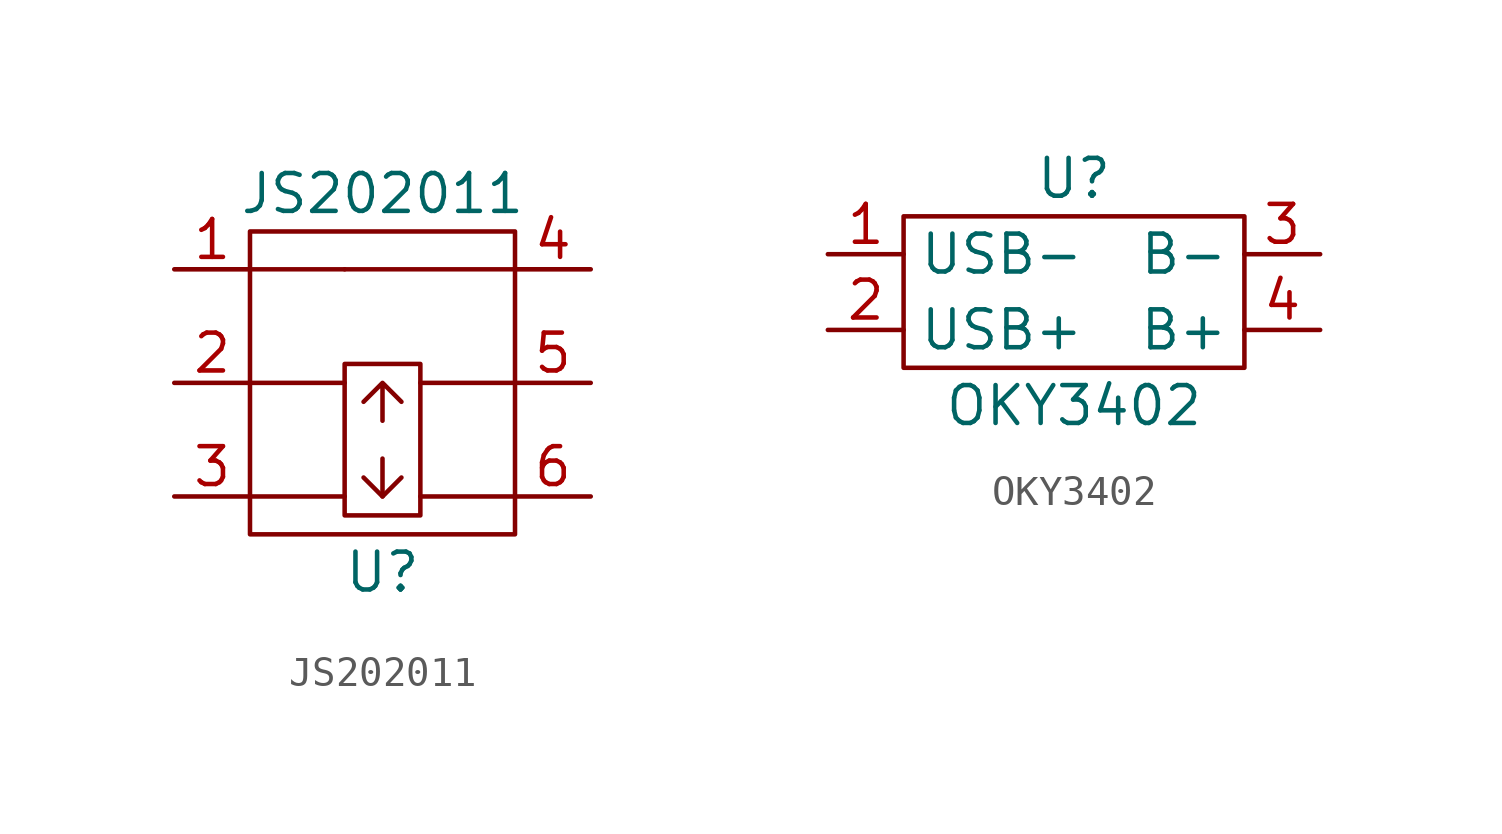
<source format=kicad_sym>
(kicad_symbol_lib
  (version 20211014)
  (generator kicad_symbol_editor)
  (symbol "JS202011"
    (property "Reference" "U"
      (at 0 -6.35 0)
      (effects (font (size 1.27 1.27))))
    (property "Value" "JS202011"
      (at 0 6.35 0)
      (effects (font (size 1.27 1.27))))
    (symbol "JS202011_0_1"
      (rectangle (start -4.445 5.08) (end 4.445 -5.08) (stroke (width 0.152) (type default) (color 0 0 0 0)) (fill (type none)))
      (rectangle (start -1.27 0.635) (end 1.27 -4.445) (stroke (width 0.152) (type default) (color 0 0 0 0)) (fill (type none)))
      (polyline (pts (xy -4.445 -3.81) (xy -1.27 -3.81)) (stroke (width 0.152) (type default) (color 0 0 0 0)) (fill (type none)))
      (polyline (pts (xy -4.445 0) (xy -1.27 0)) (stroke (width 0.152) (type default) (color 0 0 0 0)) (fill (type none)))
      (polyline (pts (xy -4.445 3.81) (xy -1.27 3.81)) (stroke (width 0.152) (type default) (color 0 0 0 0)) (fill (type none)))
      (polyline (pts (xy 0 -3.81) (xy 0 -2.54)) (stroke (width 0.152) (type default) (color 0 0 0 0)) (fill (type none)))
      (polyline (pts (xy 1.27 0) (xy 4.445 0)) (stroke (width 0.152) (type default) (color 0 0 0 0)) (fill (type none)))
      (polyline (pts (xy 4.445 -3.81) (xy 1.27 -3.81)) (stroke (width 0.152) (type default) (color 0 0 0 0)) (fill (type none)))
      (polyline (pts (xy 4.445 3.81) (xy -1.27 3.81)) (stroke (width 0.152) (type default) (color 0 0 0 0)) (fill (type none)))
      (polyline (pts (xy -0.635 -3.175) (xy 0 -3.81) (xy 0.635 -3.175)) (stroke (width 0.152) (type default) (color 0 0 0 0)) (fill (type none)))
      (polyline (pts (xy 0 -1.27) (xy 0 0) (xy 0.635 -0.635) (xy 0 0) (xy -0.635 -0.635)) (stroke (width 0.152) (type default) (color 0 0 0 0)) (fill (type none))))
    (symbol "JS202011_1_1"
      (pin passive line (at -6.985 3.81 0) (length 2.54) (name "" (effects (font (size 1.27 1.27)))) (number "1" (effects (font (size 1.27 1.27)))))
      (pin passive line (at -6.985 0 0) (length 2.54) (name "" (effects (font (size 1.27 1.27)))) (number "2" (effects (font (size 1.27 1.27)))))
      (pin passive line (at -6.985 -3.81 0) (length 2.54) (name "" (effects (font (size 1.27 1.27)))) (number "3" (effects (font (size 1.27 1.27)))))
      (pin passive line (at 6.985 3.81 180) (length 2.54) (name "" (effects (font (size 1.27 1.27)))) (number "4" (effects (font (size 1.27 1.27)))))
      (pin passive line (at 6.985 0 180) (length 2.54) (name "" (effects (font (size 1.27 1.27)))) (number "5" (effects (font (size 1.27 1.27)))))
      (pin passive line (at 6.985 -3.81 180) (length 2.54) (name "" (effects (font (size 1.27 1.27)))) (number "6" (effects (font (size 1.27 1.27)))))))
  (symbol "OKY3402"
    (property "Reference" "U"
      (at 0 3.81 0)
      (effects (font (size 1.27 1.27))))
    (property "Value" "OKY3402"
      (at 0 -3.81 0)
      (effects (font (size 1.27 1.27))))
    (symbol "OKY3402_0_1"
      (rectangle (start -5.715 2.54) (end 5.715 -2.54) (stroke (width 0.152) (type default) (color 0 0 0 0)) (fill (type none))))
    (symbol "OKY3402_1_1"
      (pin passive line (at -8.255 1.27 0) (length 2.54) (name "USB-" (effects (font (size 1.27 1.27)))) (number "1" (effects (font (size 1.27 1.27)))))
      (pin passive line (at -8.255 -1.27 0) (length 2.54) (name "USB+" (effects (font (size 1.27 1.27)))) (number "2" (effects (font (size 1.27 1.27)))))
      (pin passive line (at 8.255 1.27 180) (length 2.54) (name "B-" (effects (font (size 1.27 1.27)))) (number "3" (effects (font (size 1.27 1.27)))))
      (pin passive line (at 8.255 -1.27 180) (length 2.54) (name "B+" (effects (font (size 1.27 1.27)))) (number "4" (effects (font (size 1.27 1.27))))))))
</source>
